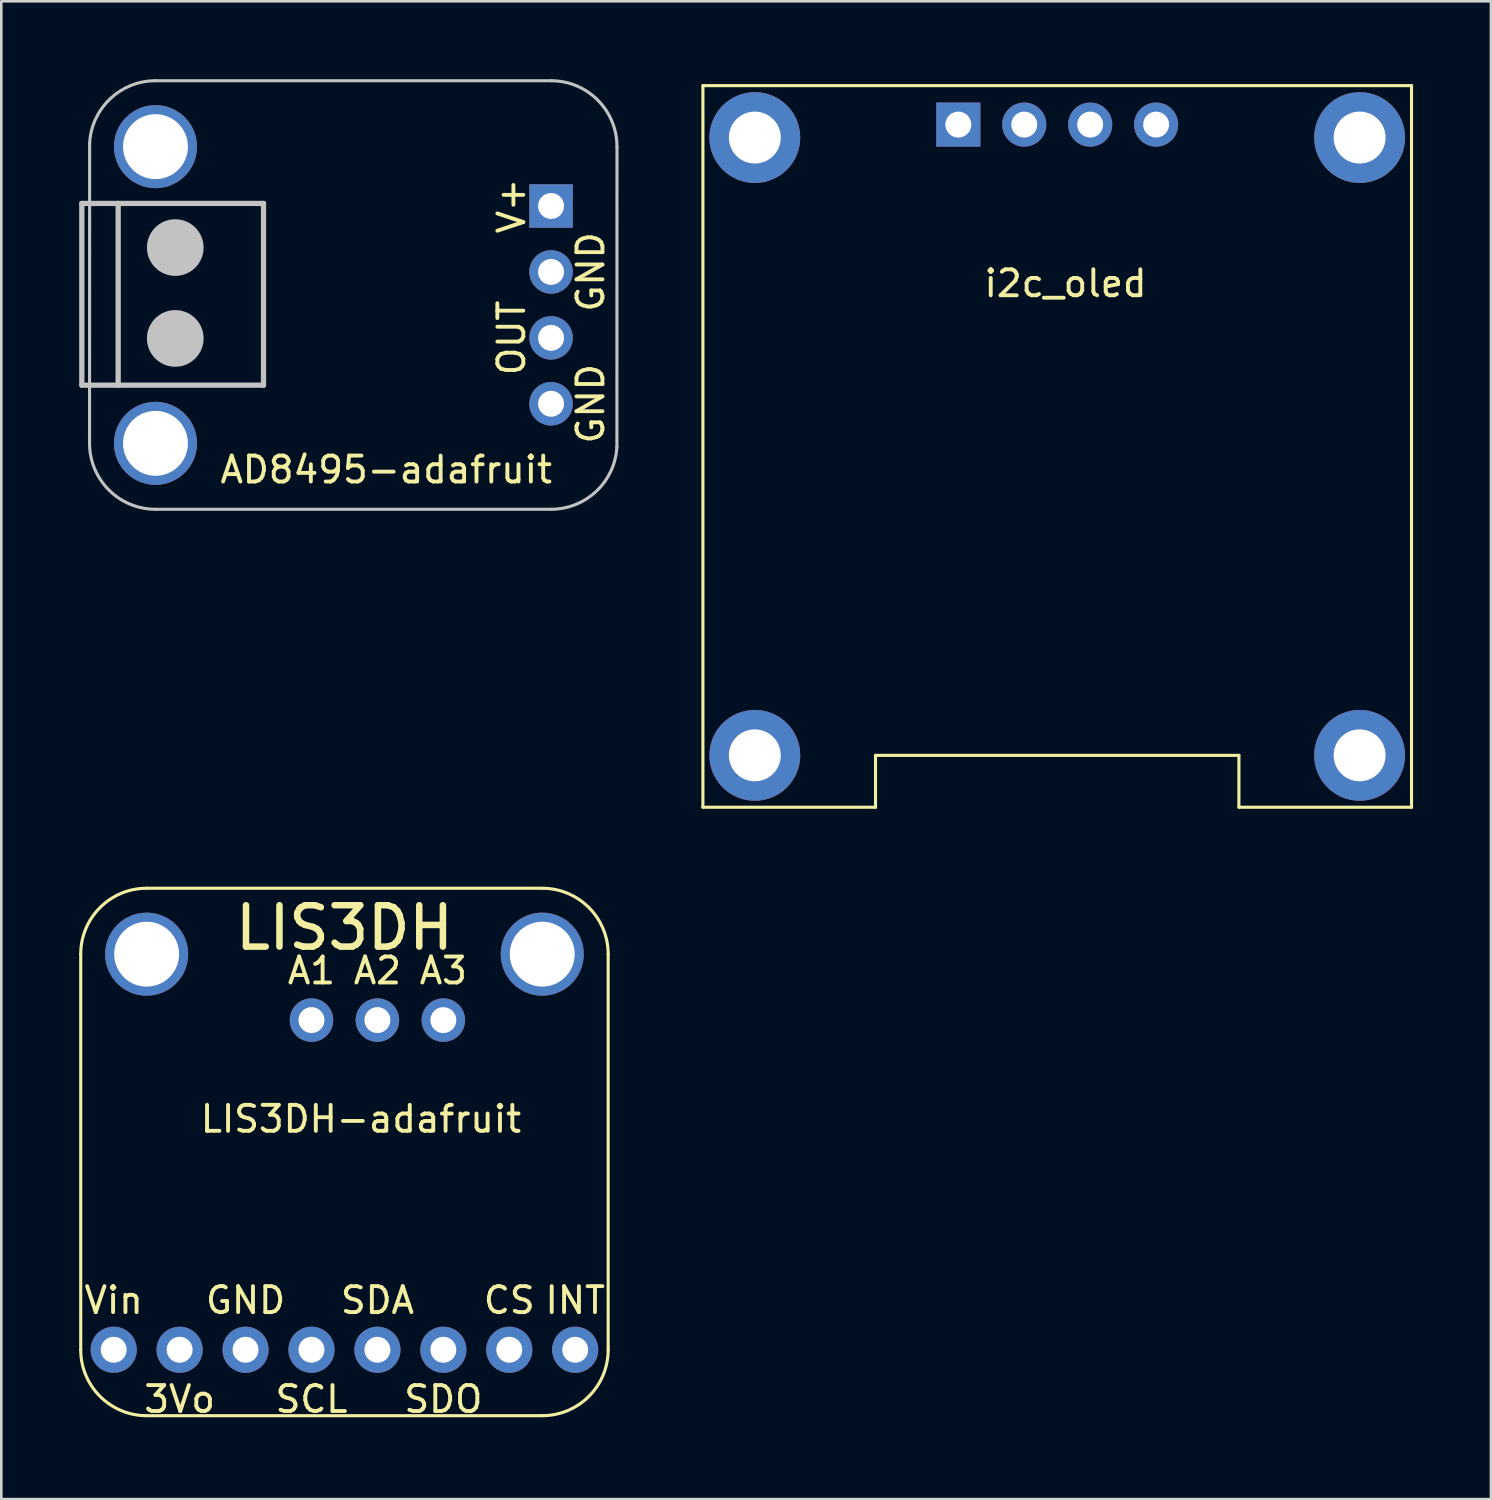
<source format=kicad_pcb>
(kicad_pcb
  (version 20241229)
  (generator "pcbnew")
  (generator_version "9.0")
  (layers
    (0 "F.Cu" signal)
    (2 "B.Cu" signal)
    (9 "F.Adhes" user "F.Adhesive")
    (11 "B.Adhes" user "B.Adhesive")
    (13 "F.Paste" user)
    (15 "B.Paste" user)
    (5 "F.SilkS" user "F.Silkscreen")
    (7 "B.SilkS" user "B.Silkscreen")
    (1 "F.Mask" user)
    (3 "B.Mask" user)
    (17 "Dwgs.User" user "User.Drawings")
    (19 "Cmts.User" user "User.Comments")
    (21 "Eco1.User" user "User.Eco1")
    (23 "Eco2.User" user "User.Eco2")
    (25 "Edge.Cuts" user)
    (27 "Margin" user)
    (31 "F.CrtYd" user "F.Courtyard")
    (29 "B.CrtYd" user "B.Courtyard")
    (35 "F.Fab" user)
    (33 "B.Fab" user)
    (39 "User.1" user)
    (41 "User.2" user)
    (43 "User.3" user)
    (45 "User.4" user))
  (footprint "AD8495-adafruit"
    (layer "F.Cu")
    (at 18.18 4.886)
    (property "Reference" "AD8495-adafruit" (at -6.35 10.16 0) (layer "F.SilkS") (effects (font (size 1 1) (thickness 0.15))))
    (attr through_hole)
    (fp_line (start -18.078 -0.098) (end -18.078 6.902) (stroke (width 0.203) (type solid)) (layer "Dwgs.User"))
    (fp_line (start -18.078 6.902) (end -16.678 6.902) (stroke (width 0.203) (type solid)) (layer "Dwgs.User"))
    (fp_line (start -17.777 -2.415) (end -17.78 9.144) (stroke (width 0.12) (type solid)) (layer "Dwgs.User"))
    (fp_line (start -16.678 -0.098) (end -18.078 -0.098) (stroke (width 0.203) (type solid)) (layer "Dwgs.User"))
    (fp_line (start -16.678 -0.098) (end -16.678 6.902) (stroke (width 0.203) (type solid)) (layer "Dwgs.User"))
    (fp_line (start -16.678 6.902) (end -11.078 6.902) (stroke (width 0.203) (type solid)) (layer "Dwgs.User"))
    (fp_line (start -15.24 11.684) (end 0 11.684) (stroke (width 0.12) (type solid)) (layer "Dwgs.User"))
    (fp_line (start -11.078 -0.098) (end -16.678 -0.098) (stroke (width 0.203) (type solid)) (layer "Dwgs.User"))
    (fp_line (start -11.078 6.902) (end -11.078 -0.098) (stroke (width 0.203) (type solid)) (layer "Dwgs.User"))
    (fp_line (start 0 -4.826) (end -15.24 -4.826) (stroke (width 0.12) (type solid)) (layer "Dwgs.User"))
    (fp_line (start 2.54 -2.286) (end 2.537 9.273) (stroke (width 0.12) (type solid)) (layer "Dwgs.User"))
    (fp_arc (start -17.776747 -2.414506) (mid -16.990028 -4.126924) (end -15.24 -4.826) (stroke (width 0.12) (type solid)) (layer "Dwgs.User"))
    (fp_arc (start -15.24 11.684) (mid -17.036051 10.940051) (end -17.78 9.144) (stroke (width 0.12) (type solid)) (layer "Dwgs.User"))
    (fp_arc (start 0 -4.826) (mid 1.796051 -4.082051) (end 2.54 -2.286) (stroke (width 0.12) (type solid)) (layer "Dwgs.User"))
    (fp_arc (start 2.536747 9.272506) (mid 1.750028 10.984924) (end 0 11.684) (stroke (width 0.12) (type solid)) (layer "Dwgs.User"))
    (fp_text user "GND" (at 1.524 7.62 90) (layer "F.SilkS") (effects (font (size 1 1) (thickness 0.15))))
    (fp_text user "GND" (at 1.524 2.54 90) (layer "F.SilkS") (effects (font (size 1 1) (thickness 0.15))))
    (fp_text user "V+" (at -1.524 0 90) (layer "F.SilkS") (effects (font (size 1 1) (thickness 0.15))))
    (fp_text user "OUT" (at -1.524 5.08 90) (layer "F.SilkS") (effects (font (size 1 1) (thickness 0.15))))
    (pad "" thru_hole circle (at -15.24 -2.286) (size 3.2 3.2) (drill 2.5) (layers "*.Cu" "*.Mask"))
    (pad "" thru_hole circle (at -15.24 9.144) (size 3.2 3.2) (drill 2.5) (layers "*.Cu" "*.Mask"))
    (pad "" smd circle (at -14.478 1.602 270) (size 2.184 2.184) (layers "Dwgs.User"))
    (pad "" smd circle (at -14.478 5.102 270) (size 2.184 2.184) (layers "Dwgs.User"))
    (pad "1" thru_hole rect (at 0 0 270) (size 1.676 1.676) (drill 1) (layers "*.Cu" "*.Mask"))
    (pad "2" thru_hole circle (at 0 2.54 270) (size 1.676 1.676) (drill 1) (layers "*.Cu" "*.Mask"))
    (pad "3" thru_hole circle (at 0 5.08) (size 1.676 1.676) (drill 1) (layers "*.Cu" "*.Mask"))
    (pad "4" thru_hole circle (at 0 7.62) (size 1.676 1.676) (drill 1) (layers "*.Cu" "*.Mask")))
  (footprint "LIS3DH-adafruit"
    (layer "F.Cu")
    (at 1.33 48.95)
    (property "Reference" "LIS3DH-adafruit" (at 9.525 -8.89 0) (layer "F.SilkS") (effects (font (size 1 1) (thickness 0.15))))
    (attr through_hole)
    (fp_line (start -1.27 -15.24) (end -1.27 0) (stroke (width 0.12) (type solid)) (layer "F.SilkS"))
    (fp_line (start 16.51 -17.78) (end 1.27 -17.78) (stroke (width 0.12) (type solid)) (layer "F.SilkS"))
    (fp_line (start 16.51 2.54) (end 1.27 2.54) (stroke (width 0.12) (type solid)) (layer "F.SilkS"))
    (fp_line (start 19.05 0) (end 19.05 -15.24) (stroke (width 0.12) (type solid)) (layer "F.SilkS"))
    (fp_arc (start -1.27 -15.24) (mid -0.526051 -17.036051) (end 1.27 -17.78) (stroke (width 0.12) (type solid)) (layer "F.SilkS"))
    (fp_arc (start 1.27 2.54) (mid -0.526051 1.796051) (end -1.27 0) (stroke (width 0.12) (type solid)) (layer "F.SilkS"))
    (fp_arc (start 16.51 -17.78) (mid 18.306051 -17.036051) (end 19.05 -15.24) (stroke (width 0.12) (type solid)) (layer "F.SilkS"))
    (fp_arc (start 19.05 0) (mid 18.306051 1.796051) (end 16.51 2.54) (stroke (width 0.12) (type solid)) (layer "F.SilkS"))
    (fp_text user "SCL" (at 7.62 1.905 0) (layer "F.SilkS") (effects (font (size 1 1) (thickness 0.15))))
    (fp_text user "CS" (at 15.24 -1.905 0) (layer "F.SilkS") (effects (font (size 1 1) (thickness 0.15))))
    (fp_text user "GND" (at 5.08 -1.905 0) (layer "F.SilkS") (effects (font (size 1 1) (thickness 0.15))))
    (fp_text user "3Vo" (at 2.54 1.905 0) (layer "F.SilkS") (effects (font (size 1 1) (thickness 0.15))))
    (fp_text user "SDA" (at 10.16 -1.905 0) (layer "F.SilkS") (effects (font (size 1 1) (thickness 0.15))))
    (fp_text user "A3" (at 12.7 -14.605 0) (layer "F.SilkS") (effects (font (size 1 1) (thickness 0.15))))
    (fp_text user "A1" (at 7.62 -14.605 0) (layer "F.SilkS") (effects (font (size 1 1) (thickness 0.15))))
    (fp_text user "Vin" (at 0 -1.905 0) (layer "F.SilkS") (effects (font (size 1 1) (thickness 0.15))))
    (fp_text user "A2" (at 10.16 -14.605 0) (layer "F.SilkS") (effects (font (size 1 1) (thickness 0.15))))
    (fp_text user "INT" (at 17.78 -1.905 0) (layer "F.SilkS") (effects (font (size 1 1) (thickness 0.15))))
    (fp_text user "LIS3DH" (at 8.89 -16.256 0) (layer "F.SilkS") (effects (font (size 1.593 1.593) (thickness 0.251))))
    (fp_text user "SDO" (at 12.7 1.905 0) (layer "F.SilkS") (effects (font (size 1 1) (thickness 0.15))))
    (pad "" thru_hole circle (at 1.27 -15.24) (size 3.2 3.2) (drill 2.5) (layers "*.Cu" "*.Mask"))
    (pad "" thru_hole circle (at 16.51 -15.24) (size 3.2 3.2) (drill 2.5) (layers "*.Cu" "*.Mask"))
    (pad "1" thru_hole circle (at 0 0) (size 1.778 1.778) (drill 1) (layers "*.Cu" "*.Mask"))
    (pad "2" thru_hole circle (at 2.54 0) (size 1.778 1.778) (drill 1) (layers "*.Cu" "*.Mask"))
    (pad "3" thru_hole circle (at 5.08 0) (size 1.778 1.778) (drill 1) (layers "*.Cu" "*.Mask"))
    (pad "4" thru_hole circle (at 7.62 0) (size 1.778 1.778) (drill 1) (layers "*.Cu" "*.Mask"))
    (pad "5" thru_hole circle (at 10.16 0) (size 1.778 1.778) (drill 1) (layers "*.Cu" "*.Mask"))
    (pad "6" thru_hole circle (at 12.7 0) (size 1.778 1.778) (drill 1) (layers "*.Cu" "*.Mask"))
    (pad "7" thru_hole circle (at 15.24 0) (size 1.778 1.778) (drill 1) (layers "*.Cu" "*.Mask"))
    (pad "8" thru_hole circle (at 17.78 0) (size 1.778 1.778) (drill 1) (layers "*.Cu" "*.Mask"))
    (pad "9" thru_hole circle (at 7.62 -12.7) (size 1.676 1.676) (drill 1) (layers "*.Cu" "*.Mask"))
    (pad "10" thru_hole circle (at 10.16 -12.7) (size 1.676 1.676) (drill 1) (layers "*.Cu" "*.Mask"))
    (pad "11" thru_hole circle (at 12.7 -12.7) (size 1.676 1.676) (drill 1) (layers "*.Cu" "*.Mask")))
  (footprint "i2c_oled"
    (layer "F.Cu")
    (at 24.03 0.25)
    (property "Reference" "i2c_oled" (at 13.97 7.62 0) (layer "F.SilkS") (effects (font (size 1 1) (thickness 0.15))))
    (attr through_hole)
    (fp_line (start 0 0) (end 0 27.8) (stroke (width 0.12) (type solid)) (layer "F.SilkS"))
    (fp_line (start 0 27.8) (end 6.65 27.8) (stroke (width 0.12) (type solid)) (layer "F.SilkS"))
    (fp_line (start 6.65 25.8) (end 20.65 25.8) (stroke (width 0.12) (type solid)) (layer "F.SilkS"))
    (fp_line (start 6.65 27.8) (end 6.65 25.8) (stroke (width 0.12) (type solid)) (layer "F.SilkS"))
    (fp_line (start 20.65 25.8) (end 20.65 27.8) (stroke (width 0.12) (type solid)) (layer "F.SilkS"))
    (fp_line (start 20.65 27.8) (end 27.3 27.8) (stroke (width 0.12) (type solid)) (layer "F.SilkS"))
    (fp_line (start 27.3 0) (end 0 0) (stroke (width 0.12) (type solid)) (layer "F.SilkS"))
    (fp_line (start 27.3 27.8) (end 27.3 0) (stroke (width 0.12) (type solid)) (layer "F.SilkS"))
    (pad "" thru_hole circle (at 2 2) (size 3.5 3.5) (drill 2) (layers "*.Cu" "*.Mask"))
    (pad "" thru_hole circle (at 2 25.8) (size 3.5 3.5) (drill 2) (layers "*.Cu" "*.Mask"))
    (pad "" thru_hole circle (at 25.3 2) (size 3.5 3.5) (drill 2) (layers "*.Cu" "*.Mask"))
    (pad "" thru_hole circle (at 25.3 25.8) (size 3.5 3.5) (drill 2) (layers "*.Cu" "*.Mask"))
    (pad "1" thru_hole rect (at 9.84 1.5) (size 1.7 1.7) (drill 1) (layers "*.Cu" "*.Mask"))
    (pad "2" thru_hole circle (at 12.38 1.5) (size 1.7 1.7) (drill 1) (layers "*.Cu" "*.Mask"))
    (pad "3" thru_hole circle (at 14.92 1.5) (size 1.7 1.7) (drill 1) (layers "*.Cu" "*.Mask"))
    (pad "4" thru_hole circle (at 17.46 1.5) (size 1.7 1.7) (drill 1) (layers "*.Cu" "*.Mask")))
  (gr_rect
    (start -3 -3)
    (end 54.39 54.703)
    (stroke (width 0.1) (type default))
    (fill no)
    (layer "Edge.Cuts")))
</source>
